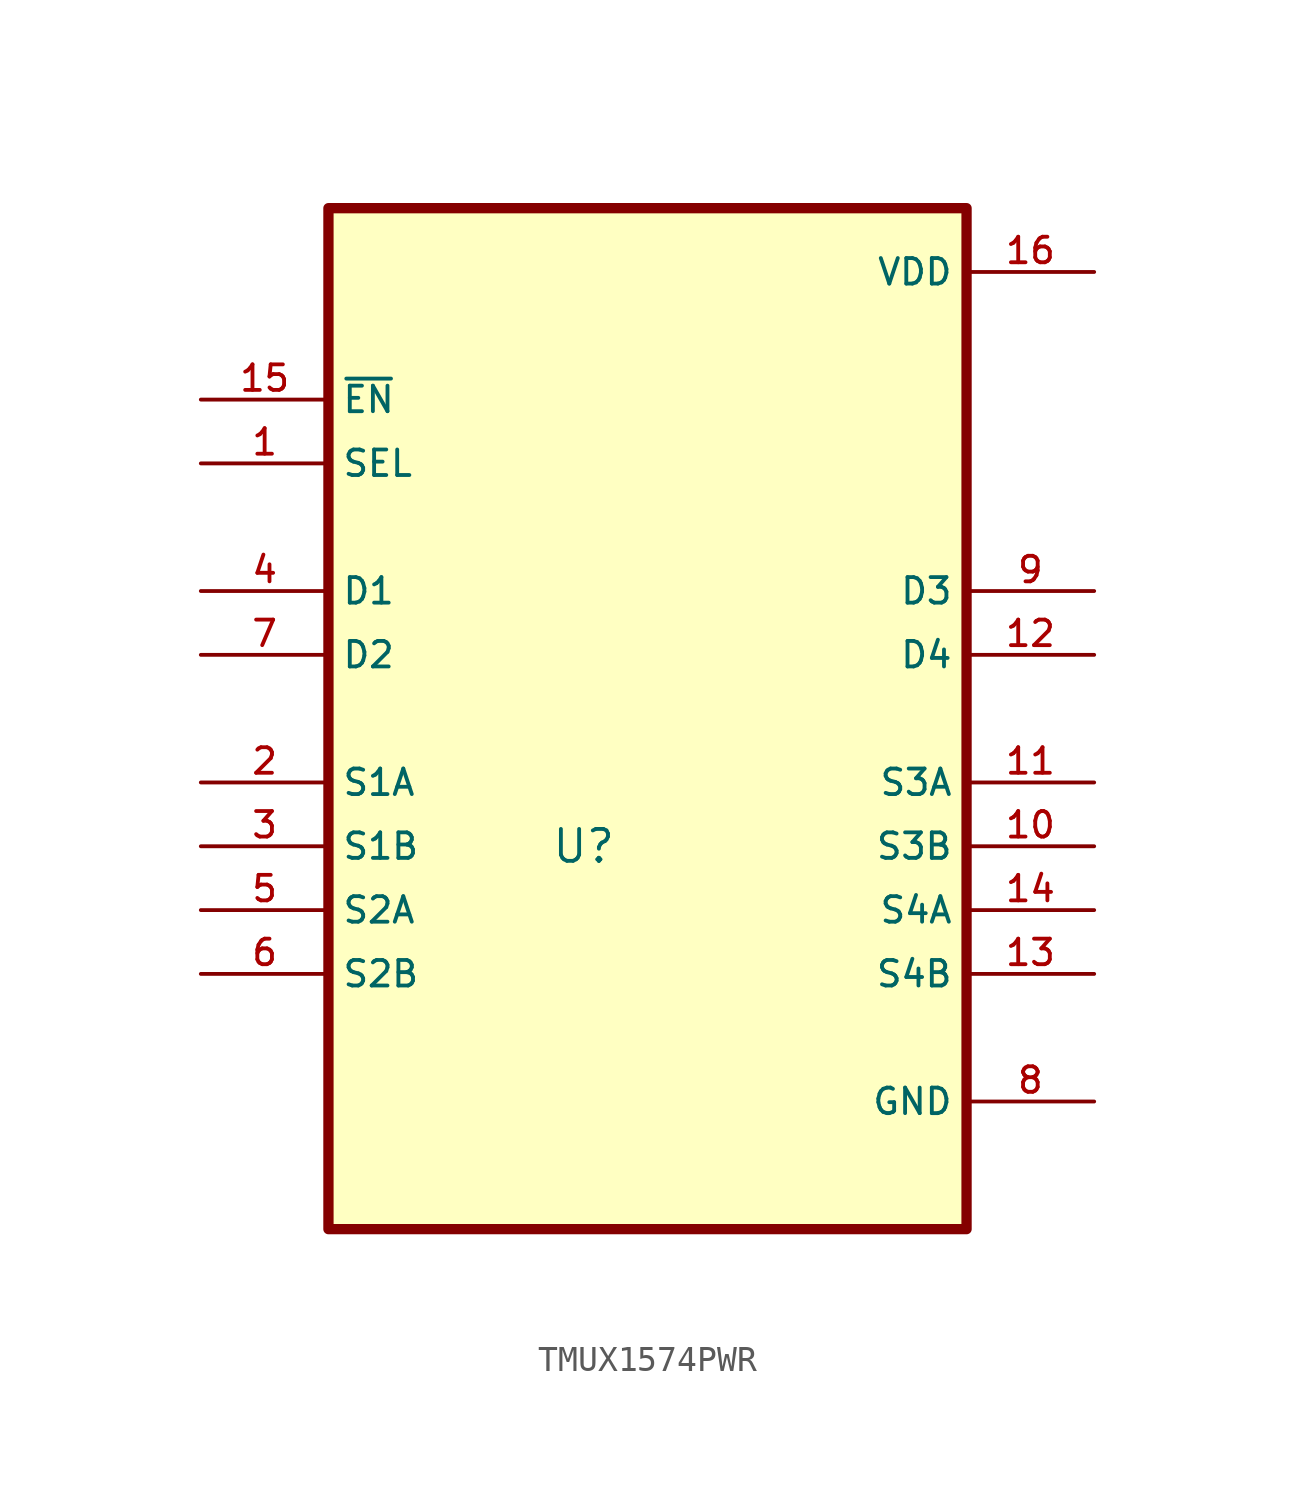
<source format=kicad_sym>
(kicad_symbol_lib
  (version 20220914)
  (generator kicad_symbol_editor)
  (symbol "TMUX1574PWR"
    (property "Reference" "U"
      (at 0 0 0)
      (effects (font (size 1.27 1.27))))
    (property "Value" ""
      (at 0 0 0)
      (effects (font (size 1.27 1.27))))
    (symbol "TMUX1574PWR_0_0"
      (rectangle (start -10.16 -15.24) (end 15.24 25.4) (stroke (width 0.41) (type default)) (fill (type background)))
      (pin input line (at -15.24 15.24 0) (length 5.08) (name "SEL" (effects (font (size 1.016 1.016)))) (number "1" (effects (font (size 1.016 1.016)))))
      (pin bidirectional line (at 20.32 0 180) (length 5.08) (name "S3B" (effects (font (size 1.016 1.016)))) (number "10" (effects (font (size 1.016 1.016)))))
      (pin bidirectional line (at 20.32 2.54 180) (length 5.08) (name "S3A" (effects (font (size 1.016 1.016)))) (number "11" (effects (font (size 1.016 1.016)))))
      (pin bidirectional line (at 20.32 7.62 180) (length 5.08) (name "D4" (effects (font (size 1.016 1.016)))) (number "12" (effects (font (size 1.016 1.016)))))
      (pin bidirectional line (at 20.32 -5.08 180) (length 5.08) (name "S4B" (effects (font (size 1.016 1.016)))) (number "13" (effects (font (size 1.016 1.016)))))
      (pin bidirectional line (at 20.32 -2.54 180) (length 5.08) (name "S4A" (effects (font (size 1.016 1.016)))) (number "14" (effects (font (size 1.016 1.016)))))
      (pin input line (at -15.24 17.78 0) (length 5.08) (name "~{EN}" (effects (font (size 1.016 1.016)))) (number "15" (effects (font (size 1.016 1.016)))))
      (pin power_in line (at 20.32 22.86 180) (length 5.08) (name "VDD" (effects (font (size 1.016 1.016)))) (number "16" (effects (font (size 1.016 1.016)))))
      (pin bidirectional line (at -15.24 2.54 0) (length 5.08) (name "S1A" (effects (font (size 1.016 1.016)))) (number "2" (effects (font (size 1.016 1.016)))))
      (pin bidirectional line (at -15.24 0 0) (length 5.08) (name "S1B" (effects (font (size 1.016 1.016)))) (number "3" (effects (font (size 1.016 1.016)))))
      (pin bidirectional line (at -15.24 10.16 0) (length 5.08) (name "D1" (effects (font (size 1.016 1.016)))) (number "4" (effects (font (size 1.016 1.016)))))
      (pin bidirectional line (at -15.24 -2.54 0) (length 5.08) (name "S2A" (effects (font (size 1.016 1.016)))) (number "5" (effects (font (size 1.016 1.016)))))
      (pin bidirectional line (at -15.24 -5.08 0) (length 5.08) (name "S2B" (effects (font (size 1.016 1.016)))) (number "6" (effects (font (size 1.016 1.016)))))
      (pin bidirectional line (at -15.24 7.62 0) (length 5.08) (name "D2" (effects (font (size 1.016 1.016)))) (number "7" (effects (font (size 1.016 1.016)))))
      (pin power_in line (at 20.32 -10.16 180) (length 5.08) (name "GND" (effects (font (size 1.016 1.016)))) (number "8" (effects (font (size 1.016 1.016)))))
      (pin bidirectional line (at 20.32 10.16 180) (length 5.08) (name "D3" (effects (font (size 1.016 1.016)))) (number "9" (effects (font (size 1.016 1.016))))))))
</source>
